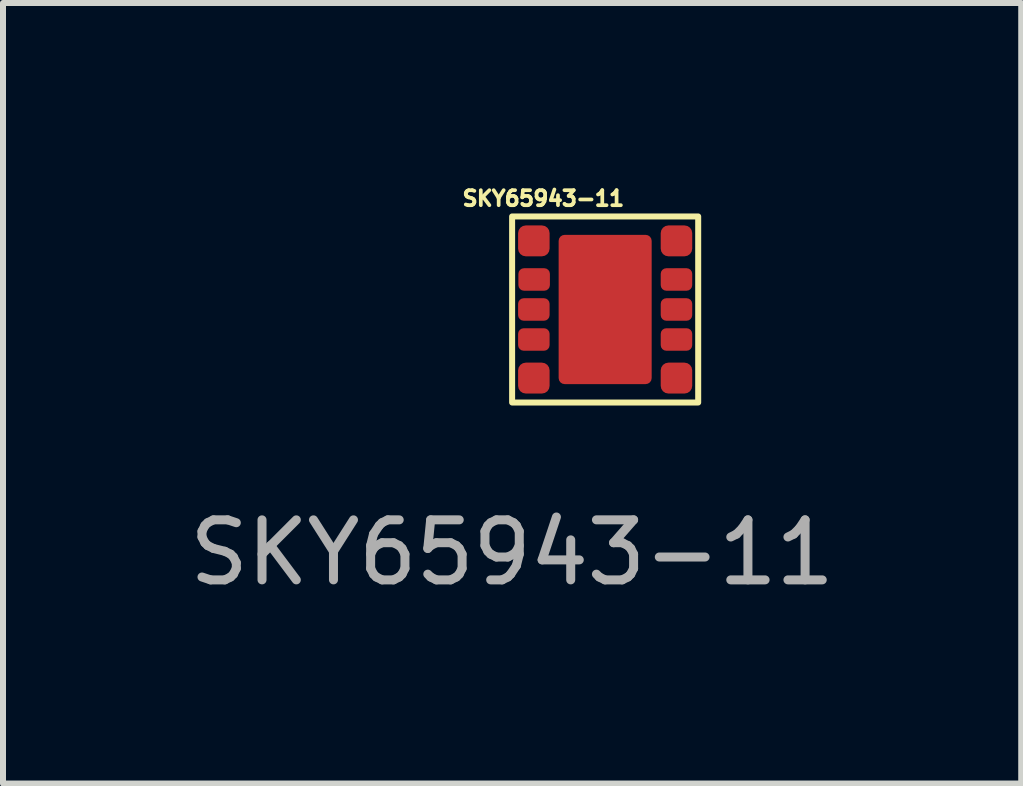
<source format=kicad_pcb>
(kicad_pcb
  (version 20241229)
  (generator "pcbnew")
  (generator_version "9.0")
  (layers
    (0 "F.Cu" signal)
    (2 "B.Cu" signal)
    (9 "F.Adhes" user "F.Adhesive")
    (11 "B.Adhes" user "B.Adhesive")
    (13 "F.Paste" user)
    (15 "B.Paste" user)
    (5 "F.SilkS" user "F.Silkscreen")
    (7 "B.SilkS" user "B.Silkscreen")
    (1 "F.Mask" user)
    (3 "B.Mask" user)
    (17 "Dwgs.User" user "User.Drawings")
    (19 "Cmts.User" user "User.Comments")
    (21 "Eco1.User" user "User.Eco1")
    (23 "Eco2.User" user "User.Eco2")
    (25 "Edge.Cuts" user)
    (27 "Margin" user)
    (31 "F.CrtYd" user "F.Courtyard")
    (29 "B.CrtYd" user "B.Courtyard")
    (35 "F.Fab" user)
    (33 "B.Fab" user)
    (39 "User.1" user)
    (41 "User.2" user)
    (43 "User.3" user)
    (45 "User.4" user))
  (footprint "SKY65943-11"
    (layer "F.Cu")
    (at 7.032 2.106)
    (property "Reference" "SKY65943-11" (at -1.03 -1.85 0) (unlocked yes) (layer "F.SilkS") (effects (font (size 0.25 0.25) (thickness 0.062))))
    (attr smd)
    (fp_rect (start -1.55 1.55) (end 1.55 -1.55) (stroke (width 0.1) (type default)) (fill no) (layer "F.SilkS"))
    (fp_text user "${REFERENCE}" (at -1.55 4.05 0) (unlocked yes) (layer "F.Fab") (effects (font (size 1 1) (thickness 0.15))))
    (pad "" smd roundrect (at 0 -0.91) (size 1.55 0.67) (layers "F.Paste") (roundrect_rratio 0.25))
    (pad "" smd roundrect (at 0 0) (size 1.55 0.67) (layers "F.Paste") (roundrect_rratio 0.25))
    (pad "" smd roundrect (at 0 0.91) (size 1.55 0.67) (layers "F.Paste") (roundrect_rratio 0.25))
    (pad "1" smd roundrect (at -1.188 -1.143) (size 0.525 0.515) (layers "F.Cu" "F.Mask" "F.Paste") (roundrect_rratio 0.25))
    (pad "2" smd roundrect (at -1.183 -0.5) (size 0.525 0.375) (layers "F.Cu" "F.Mask" "F.Paste") (roundrect_rratio 0.25))
    (pad "3" smd roundrect (at -1.188 0) (size 0.525 0.375) (layers "F.Cu" "F.Mask" "F.Paste") (roundrect_rratio 0.25))
    (pad "4" smd roundrect (at -1.188 0.5) (size 0.525 0.375) (layers "F.Cu" "F.Mask" "F.Paste") (roundrect_rratio 0.25))
    (pad "5" smd roundrect (at -1.188 1.143) (size 0.525 0.515) (layers "F.Cu" "F.Mask" "F.Paste") (roundrect_rratio 0.25))
    (pad "6" smd roundrect (at 1.188 1.143) (size 0.525 0.515) (layers "F.Cu" "F.Mask" "F.Paste") (roundrect_rratio 0.25))
    (pad "7" smd roundrect (at 1.188 0.5) (size 0.525 0.375) (layers "F.Cu" "F.Mask" "F.Paste") (roundrect_rratio 0.25))
    (pad "8" smd roundrect (at 1.188 0) (size 0.525 0.375) (layers "F.Cu" "F.Mask" "F.Paste") (roundrect_rratio 0.25))
    (pad "9" smd roundrect (at 1.188 -0.5) (size 0.525 0.375) (layers "F.Cu" "F.Mask" "F.Paste") (roundrect_rratio 0.25))
    (pad "10" smd roundrect (at 1.188 -1.143) (size 0.525 0.515) (layers "F.Cu" "F.Mask" "F.Paste") (roundrect_rratio 0.25))
    (pad "11" smd roundrect (at 0 0) (size 1.55 2.487) (layers "F.Cu" "F.Mask" "F.Paste") (roundrect_rratio 0.065)))
  (gr_rect
    (start -3 -3)
    (end 13.964 10.004)
    (stroke (width 0.1) (type default))
    (fill no)
    (layer "Edge.Cuts")))
</source>
